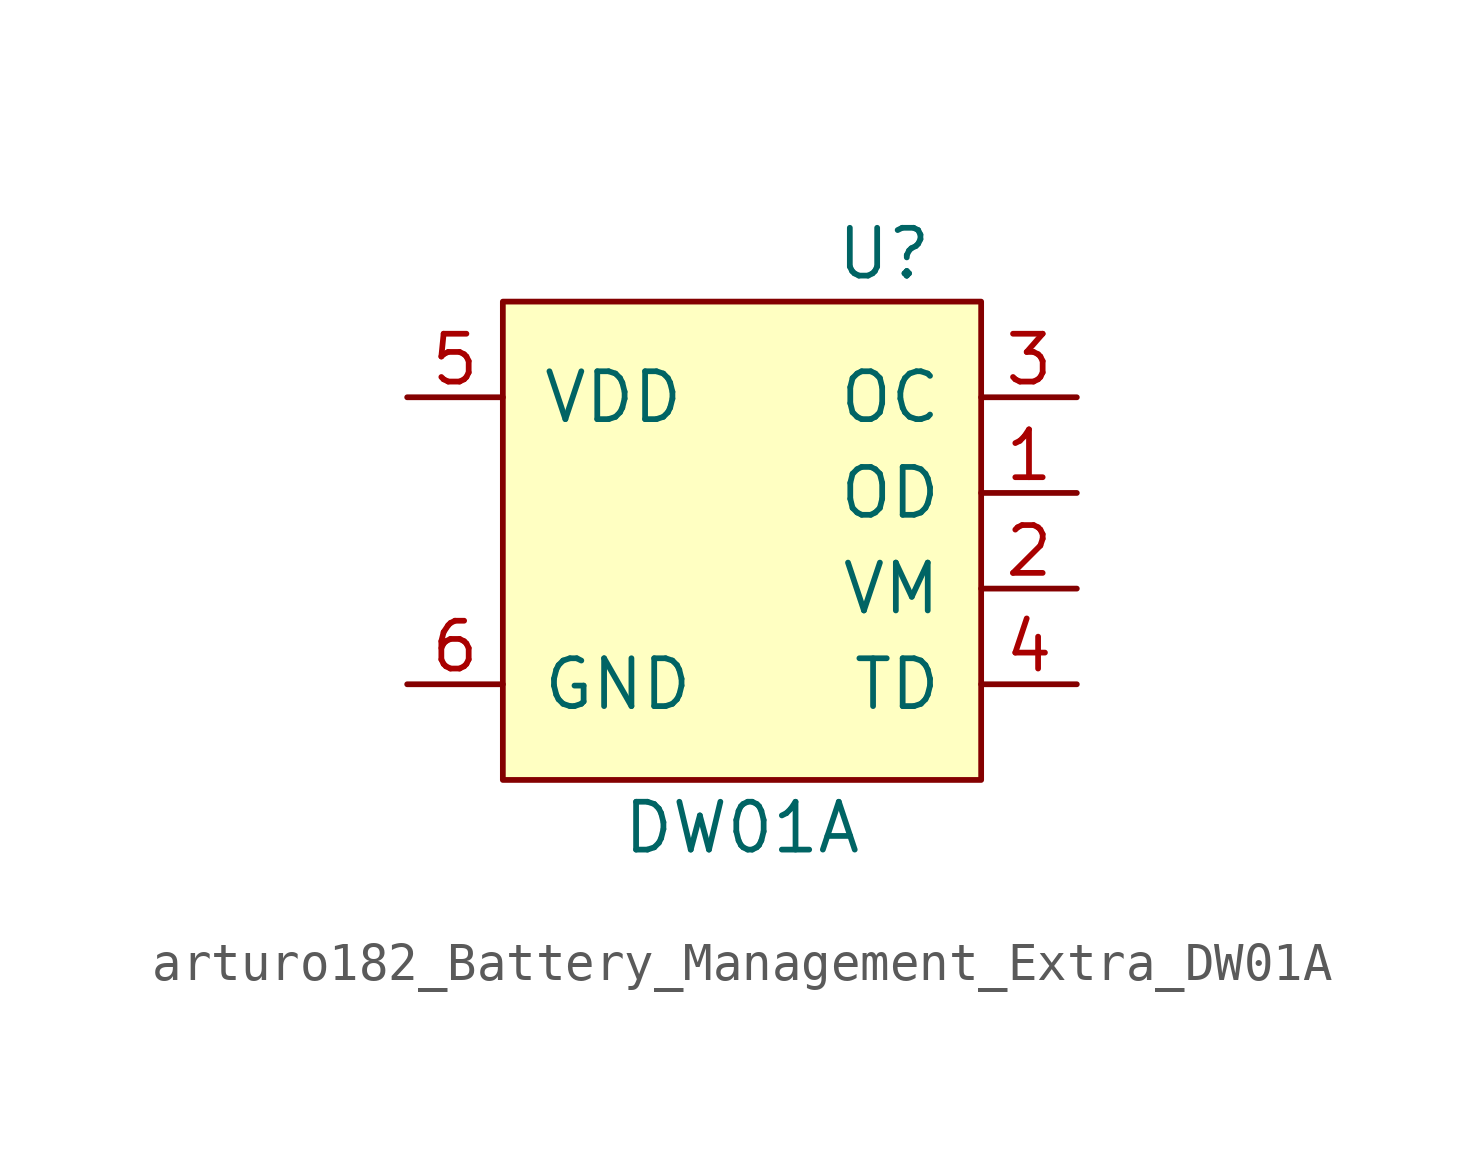
<source format=kicad_sym>
(kicad_symbol_lib
  (version 20220914)
  (generator kicad_symbol_editor)
  (symbol "arturo182_Battery_Management_Extra_DW01A"
    (pin_names
      (offset 1.016))
    (property "Reference" "U"
      (at 5.08 7.62 0)
      (effects (font (size 1.27 1.27)) (justify right)))
    (property "Value" "DW01A"
      (at 0 -7.62 0)
      (effects (font (size 1.27 1.27))))
    (symbol "arturo182_Battery_Management_Extra_DW01A_0_1"
      (rectangle (start -6.35 6.35) (end 6.35 -6.35) (stroke (width 0) (type default) (color 0 0 0 0)) (fill (type background))))
    (symbol "arturo182_Battery_Management_Extra_DW01A_1_1"
      (pin output line (at 8.89 1.27 180) (length 2.54) (name "OD" (effects (font (size 1.27 1.27)))) (number "1" (effects (font (size 1.27 1.27)))))
      (pin input line (at 8.89 -1.27 180) (length 2.54) (name "VM" (effects (font (size 1.27 1.27)))) (number "2" (effects (font (size 1.27 1.27)))))
      (pin output line (at 8.89 3.81 180) (length 2.54) (name "OC" (effects (font (size 1.27 1.27)))) (number "3" (effects (font (size 1.27 1.27)))))
      (pin input line (at 8.89 -3.81 180) (length 2.54) (name "TD" (effects (font (size 1.27 1.27)))) (number "4" (effects (font (size 1.27 1.27)))))
      (pin input line (at -8.89 3.81 0) (length 2.54) (name "VDD" (effects (font (size 1.27 1.27)))) (number "5" (effects (font (size 1.27 1.27)))))
      (pin power_in line (at -8.89 -3.81 0) (length 2.54) (name "GND" (effects (font (size 1.27 1.27)))) (number "6" (effects (font (size 1.27 1.27))))))))
</source>
